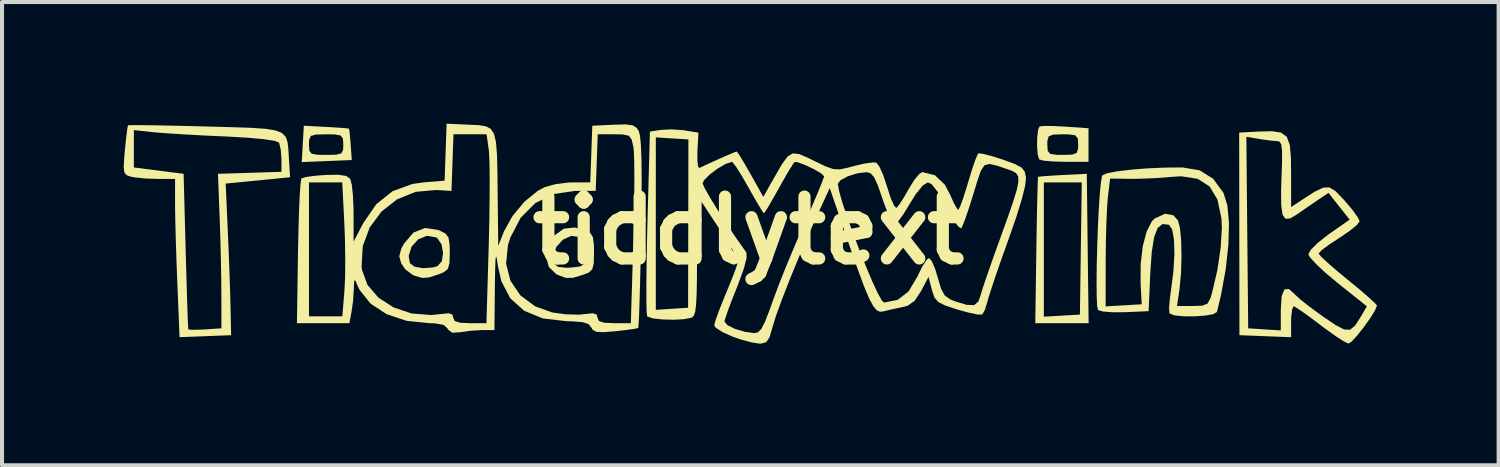
<source format=kicad_pcb>
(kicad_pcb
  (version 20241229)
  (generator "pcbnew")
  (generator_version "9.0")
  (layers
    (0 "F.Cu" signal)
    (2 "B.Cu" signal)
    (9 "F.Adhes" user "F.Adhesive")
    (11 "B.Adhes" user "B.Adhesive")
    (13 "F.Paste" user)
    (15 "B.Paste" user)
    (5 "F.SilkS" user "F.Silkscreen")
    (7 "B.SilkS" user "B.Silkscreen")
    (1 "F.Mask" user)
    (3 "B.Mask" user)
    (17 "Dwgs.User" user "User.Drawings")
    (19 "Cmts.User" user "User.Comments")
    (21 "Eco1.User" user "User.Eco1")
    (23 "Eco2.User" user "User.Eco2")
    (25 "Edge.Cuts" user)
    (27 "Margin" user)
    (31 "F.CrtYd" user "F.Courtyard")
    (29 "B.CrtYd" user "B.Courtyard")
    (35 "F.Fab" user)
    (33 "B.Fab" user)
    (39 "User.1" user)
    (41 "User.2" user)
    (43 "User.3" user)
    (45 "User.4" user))
  (footprint "tiddlytext"
    (layer "F.Cu")
    (at 15.405 2.632)
    (property "Reference" "tiddlytext" (at 0 0 0) (layer "F.SilkS") (effects (font (size 1.524 1.524) (thickness 0.3))))
    (attr board_only exclude_from_pos_files exclude_from_bom)
    (fp_poly (pts (xy 8.362 0.445) (xy 8.385 2.286) (xy 7.727 2.286) (xy 7.07 2.286) (xy 7.072 2.126) (xy 7.281 2.126) (xy 7.726 2.1) (xy 8.17 2.074) (xy 8.216 -1.185) (xy 7.281 -1.185) (xy 7.281 2.126) (xy 7.072 2.126) (xy 7.096 0.489) (xy 7.104 -0.043) (xy 7.113 -0.514) (xy 7.122 -0.899) (xy 7.13 -1.173) (xy 7.136 -1.311) (xy 7.138 -1.322) (xy 7.224 -1.333) (xy 7.435 -1.349) (xy 7.726 -1.366) (xy 7.747 -1.367) (xy 8.34 -1.397)) (stroke (width 0) (type solid)) (fill yes) (layer "F.SilkS"))
    (fp_poly (pts (xy -10.414 -2.553) (xy -10.131 -2.536) (xy -9.928 -2.521) (xy -9.85 -2.51) (xy -9.837 -2.427) (xy -9.818 -2.23) (xy -9.809 -2.117) (xy -9.782 -1.736) (xy -10.399 -1.711) (xy -11.016 -1.686) (xy -10.991 -2.117) (xy -10.837 -2.117) (xy -10.828 -1.966) (xy -10.771 -1.891) (xy -10.623 -1.866) (xy -10.414 -1.863) (xy -10.163 -1.868) (xy -10.038 -1.902) (xy -9.995 -1.991) (xy -9.991 -2.117) (xy -10 -2.267) (xy -10.057 -2.342) (xy -10.205 -2.368) (xy -10.414 -2.371) (xy -10.665 -2.365) (xy -10.79 -2.331) (xy -10.833 -2.242) (xy -10.837 -2.117) (xy -10.991 -2.117) (xy -10.99 -2.134) (xy -10.964 -2.582)) (stroke (width 0) (type solid)) (fill yes) (layer "F.SilkS"))
    (fp_poly (pts (xy 7.516 -2.575) (xy 7.811 -2.56) (xy 8.382 -2.52) (xy 8.382 -1.693) (xy 7.803 -1.693) (xy 7.505 -1.701) (xy 7.277 -1.721) (xy 7.169 -1.75) (xy 7.168 -1.75) (xy 7.131 -1.866) (xy 7.114 -2.074) (xy 7.115 -2.117) (xy 7.366 -2.117) (xy 7.377 -1.96) (xy 7.441 -1.887) (xy 7.603 -1.864) (xy 7.747 -1.863) (xy 7.981 -1.87) (xy 8.092 -1.913) (xy 8.126 -2.021) (xy 8.128 -2.117) (xy 8.117 -2.273) (xy 8.053 -2.347) (xy 7.891 -2.369) (xy 7.747 -2.371) (xy 7.513 -2.363) (xy 7.402 -2.321) (xy 7.368 -2.212) (xy 7.366 -2.117) (xy 7.115 -2.117) (xy 7.118 -2.306) (xy 7.142 -2.493) (xy 7.176 -2.565) (xy 7.287 -2.577)) (stroke (width 0) (type solid)) (fill yes) (layer "F.SilkS"))
    (fp_poly (pts (xy -4.027 -0.002) (xy -3.901 0.063) (xy -3.836 0.168) (xy -3.812 0.363) (xy -3.81 0.54) (xy -3.816 0.807) (xy -3.852 0.957) (xy -3.942 1.039) (xy -4.077 1.092) (xy -4.326 1.167) (xy -4.503 1.17) (xy -4.691 1.101) (xy -4.741 1.076) (xy -4.922 0.901) (xy -4.992 0.649) (xy -4.989 0.631) (xy -4.816 0.631) (xy -4.792 0.814) (xy -4.698 0.898) (xy -4.484 0.92) (xy -4.382 0.915) (xy -4.155 0.889) (xy -4.047 0.826) (xy -4.006 0.682) (xy -3.996 0.577) (xy -4 0.347) (xy -4.08 0.214) (xy -4.154 0.166) (xy -4.369 0.133) (xy -4.576 0.226) (xy -4.739 0.406) (xy -4.816 0.631) (xy -4.989 0.631) (xy -4.949 0.373) (xy -4.793 0.128) (xy -4.554 -0.043) (xy -4.292 -0.074)) (stroke (width 0) (type solid)) (fill yes) (layer "F.SilkS"))
    (fp_poly (pts (xy -7.65 -0.012) (xy -7.628 -0.003) (xy -7.473 0.074) (xy -7.396 0.177) (xy -7.369 0.358) (xy -7.366 0.544) (xy -7.373 0.804) (xy -7.413 0.948) (xy -7.515 1.03) (xy -7.647 1.084) (xy -7.881 1.159) (xy -8.043 1.171) (xy -8.218 1.121) (xy -8.277 1.098) (xy -8.459 0.963) (xy -8.563 0.812) (xy -8.611 0.636) (xy -8.608 0.626) (xy -8.379 0.626) (xy -8.351 0.804) (xy -8.238 0.893) (xy -8.026 0.931) (xy -7.781 0.912) (xy -7.669 0.88) (xy -7.563 0.761) (xy -7.531 0.56) (xy -7.568 0.346) (xy -7.673 0.19) (xy -7.7 0.172) (xy -7.927 0.131) (xy -8.143 0.219) (xy -8.306 0.397) (xy -8.379 0.626) (xy -8.608 0.626) (xy -8.564 0.455) (xy -8.494 0.324) (xy -8.261 0.052) (xy -7.976 -0.061)) (stroke (width 0) (type solid)) (fill yes) (layer "F.SilkS"))
    (fp_poly (pts (xy -14.981 -2.597) (xy -14.629 -2.592) (xy -14.18 -2.583) (xy -13.66 -2.571) (xy -13.393 -2.564) (xy -12.758 -2.547) (xy -12.273 -2.531) (xy -11.915 -2.507) (xy -11.666 -2.467) (xy -11.505 -2.404) (xy -11.411 -2.31) (xy -11.365 -2.177) (xy -11.345 -1.998) (xy -11.332 -1.777) (xy -11.303 -1.312) (xy -12.891 -1.156) (xy -12.838 0.036) (xy -12.816 0.542) (xy -12.797 1.057) (xy -12.781 1.524) (xy -12.771 1.883) (xy -12.771 1.905) (xy -12.757 2.582) (xy -13.392 2.607) (xy -14.028 2.631) (xy -14.083 1.294) (xy -14.103 0.776) (xy -14.12 0.263) (xy -14.132 -0.198) (xy -14.138 -0.557) (xy -14.139 -0.656) (xy -14.139 -1.27) (xy -14.584 -1.271) (xy -14.882 -1.282) (xy -15.139 -1.309) (xy -15.23 -1.326) (xy -15.334 -1.363) (xy -15.389 -1.431) (xy -15.405 -1.569) (xy -15.39 -1.817) (xy -15.376 -1.976) (xy -15.346 -2.273) (xy -15.321 -2.475) (xy -15.155 -2.475) (xy -15.155 -1.553) (xy -13.928 -1.397) (xy -13.877 0.508) (xy -13.861 1.057) (xy -13.847 1.547) (xy -13.834 1.952) (xy -13.823 2.25) (xy -13.815 2.414) (xy -13.813 2.439) (xy -13.73 2.449) (xy -13.531 2.446) (xy -13.399 2.439) (xy -12.996 2.413) (xy -12.997 1.609) (xy -13 1.19) (xy -13.01 0.673) (xy -13.024 0.128) (xy -13.039 -0.296) (xy -13.081 -1.397) (xy -12.298 -1.421) (xy -11.515 -1.446) (xy -11.516 -1.76) (xy -11.533 -1.993) (xy -11.572 -2.155) (xy -11.579 -2.169) (xy -11.69 -2.211) (xy -11.953 -2.251) (xy -12.354 -2.287) (xy -12.876 -2.317) (xy -12.954 -2.32) (xy -13.45 -2.343) (xy -13.923 -2.369) (xy -14.331 -2.395) (xy -14.631 -2.418) (xy -14.711 -2.426) (xy -15.155 -2.475) (xy -15.321 -2.475) (xy -15.319 -2.493) (xy -15.3 -2.592) (xy -15.3 -2.593) (xy -15.213 -2.597)) (stroke (width 0) (type solid)) (fill yes) (layer "F.SilkS"))
    (fp_poly (pts (xy 11.121 -1.483) (xy 11.455 -1.275) (xy 11.711 -0.925) (xy 11.806 -0.618) (xy 11.845 -0.182) (xy 11.831 0.353) (xy 11.765 0.956) (xy 11.648 1.596) (xy 11.548 2.011) (xy 11.457 2.064) (xy 11.251 2.1) (xy 10.987 2.118) (xy 10.717 2.116) (xy 10.497 2.093) (xy 10.381 2.047) (xy 10.379 2.044) (xy 10.368 1.927) (xy 10.385 1.699) (xy 10.416 1.473) (xy 10.476 1.003) (xy 10.5 0.576) (xy 10.489 0.222) (xy 10.444 -0.027) (xy 10.365 -0.141) (xy 10.206 -0.158) (xy 10.086 -0.06) (xy 10 0.166) (xy 9.941 0.534) (xy 9.906 1.04) (xy 9.864 1.99) (xy 9.279 2.015) (xy 8.975 2.017) (xy 8.737 1.998) (xy 8.617 1.962) (xy 8.616 1.962) (xy 8.598 1.872) (xy 8.805 1.872) (xy 9.25 1.846) (xy 9.694 1.82) (xy 9.666 1.298) (xy 9.668 0.825) (xy 9.72 0.388) (xy 9.816 0.025) (xy 9.945 -0.227) (xy 10.015 -0.296) (xy 10.271 -0.412) (xy 10.476 -0.374) (xy 10.588 -0.245) (xy 10.637 -0.06) (xy 10.666 0.245) (xy 10.675 0.624) (xy 10.664 1.029) (xy 10.63 1.413) (xy 10.618 1.503) (xy 10.564 1.863) (xy 10.951 1.863) (xy 11.19 1.854) (xy 11.317 1.803) (xy 11.389 1.671) (xy 11.426 1.545) (xy 11.558 0.982) (xy 11.641 0.423) (xy 11.67 -0.072) (xy 11.659 -0.3) (xy 11.561 -0.762) (xy 11.369 -1.083) (xy 11.076 -1.272) (xy 10.672 -1.336) (xy 10.397 -1.319) (xy 10.045 -1.291) (xy 9.642 -1.275) (xy 9.432 -1.273) (xy 8.915 -1.28) (xy 8.861 -0.83) (xy 8.84 -0.571) (xy 8.823 -0.192) (xy 8.811 0.257) (xy 8.806 0.724) (xy 8.806 0.745) (xy 8.805 1.872) (xy 8.598 1.872) (xy 8.595 1.856) (xy 8.584 1.614) (xy 8.581 1.268) (xy 8.585 0.851) (xy 8.597 0.394) (xy 8.613 -0.069) (xy 8.634 -0.506) (xy 8.659 -0.885) (xy 8.686 -1.173) (xy 8.714 -1.338) (xy 8.722 -1.358) (xy 8.832 -1.408) (xy 9.077 -1.456) (xy 9.421 -1.498) (xy 9.83 -1.531) (xy 10.268 -1.55) (xy 10.695 -1.554)) (stroke (width 0) (type solid)) (fill yes) (layer "F.SilkS"))
    (fp_poly (pts (xy 13.131 -2.412) (xy 13.271 -2.308) (xy 13.345 -2.108) (xy 13.373 -1.786) (xy 13.377 -1.428) (xy 13.377 -0.576) (xy 13.652 -0.758) (xy 13.958 -0.955) (xy 14.167 -1.056) (xy 14.324 -1.061) (xy 14.473 -0.968) (xy 14.659 -0.777) (xy 14.701 -0.73) (xy 14.891 -0.506) (xy 15.023 -0.322) (xy 15.067 -0.225) (xy 14.998 -0.134) (xy 14.82 0.011) (xy 14.572 0.18) (xy 14.559 0.188) (xy 14.309 0.352) (xy 14.129 0.488) (xy 14.055 0.567) (xy 14.055 0.569) (xy 14.117 0.646) (xy 14.285 0.803) (xy 14.532 1.016) (xy 14.774 1.216) (xy 15.066 1.455) (xy 15.3 1.658) (xy 15.451 1.799) (xy 15.494 1.852) (xy 15.446 1.971) (xy 15.326 2.165) (xy 15.166 2.389) (xy 15 2.597) (xy 14.863 2.745) (xy 14.793 2.789) (xy 14.683 2.738) (xy 14.477 2.606) (xy 14.213 2.417) (xy 14.097 2.329) (xy 13.825 2.125) (xy 13.603 1.967) (xy 13.465 1.879) (xy 13.441 1.868) (xy 13.403 1.941) (xy 13.38 2.13) (xy 13.377 2.247) (xy 13.377 2.632) (xy 12.74 2.607) (xy 12.103 2.582) (xy 12.1 0.085) (xy 12.097 -2.309) (xy 12.274 -2.309) (xy 12.296 0.052) (xy 12.319 2.413) (xy 12.721 2.439) (xy 13.123 2.465) (xy 13.123 1.952) (xy 13.145 1.621) (xy 13.212 1.452) (xy 13.325 1.444) (xy 13.472 1.578) (xy 13.593 1.691) (xy 13.813 1.865) (xy 14.09 2.07) (xy 14.173 2.129) (xy 14.479 2.336) (xy 14.686 2.442) (xy 14.831 2.447) (xy 14.951 2.349) (xy 15.081 2.15) (xy 15.094 2.127) (xy 15.245 1.87) (xy 14.524 1.295) (xy 14.23 1.049) (xy 13.994 0.828) (xy 13.842 0.661) (xy 13.802 0.584) (xy 13.866 0.472) (xy 14.038 0.303) (xy 14.281 0.111) (xy 14.31 0.09) (xy 14.82 -0.267) (xy 14.559 -0.597) (xy 14.298 -0.927) (xy 14.019 -0.739) (xy 13.77 -0.569) (xy 13.538 -0.408) (xy 13.52 -0.395) (xy 13.353 -0.296) (xy 13.238 -0.288) (xy 13.167 -0.386) (xy 13.134 -0.609) (xy 13.13 -0.972) (xy 13.14 -1.281) (xy 13.154 -1.69) (xy 13.154 -1.959) (xy 13.136 -2.115) (xy 13.098 -2.186) (xy 13.045 -2.202) (xy 12.876 -2.216) (xy 12.633 -2.249) (xy 12.593 -2.256) (xy 12.274 -2.309) (xy 12.097 -2.309) (xy 12.097 -2.413) (xy 12.565 -2.438) (xy 12.902 -2.447)) (stroke (width 0) (type solid)) (fill yes) (layer "F.SilkS"))
    (fp_poly (pts (xy -6.879 -2.607) (xy -6.649 -2.596) (xy -6.478 -2.569) (xy -6.356 -2.506) (xy -6.276 -2.383) (xy -6.227 -2.179) (xy -6.202 -1.871) (xy -6.191 -1.437) (xy -6.185 -0.889) (xy -6.171 0.381) (xy -6.028 0.02) (xy -5.819 -0.357) (xy -5.525 -0.709) (xy -5.194 -0.979) (xy -5.022 -1.07) (xy -4.766 -1.14) (xy -4.447 -1.181) (xy -4.324 -1.185) (xy -3.902 -1.185) (xy -3.852 -2.582) (xy -3.328 -2.607) (xy -3.032 -2.615) (xy -2.858 -2.593) (xy -2.759 -2.53) (xy -2.706 -2.45) (xy -2.675 -2.329) (xy -2.653 -2.094) (xy -2.639 -1.733) (xy -2.635 -1.236) (xy -2.639 -0.59) (xy -2.648 0.055) (xy -2.659 0.664) (xy -2.672 1.215) (xy -2.685 1.687) (xy -2.697 2.057) (xy -2.709 2.303) (xy -2.719 2.403) (xy -2.72 2.404) (xy -2.814 2.426) (xy -3.029 2.456) (xy -3.284 2.485) (xy -3.582 2.508) (xy -3.755 2.498) (xy -3.844 2.448) (xy -3.877 2.391) (xy -3.946 2.307) (xy -4.094 2.26) (xy -4.359 2.24) (xy -4.487 2.237) (xy -5.068 2.17) (xy -5.53 1.981) (xy -5.873 1.674) (xy -6.096 1.248) (xy -6.181 0.866) (xy -6.188 0.818) (xy -5.977 0.818) (xy -5.871 1.238) (xy -5.628 1.597) (xy -5.265 1.869) (xy -4.842 2.021) (xy -4.512 2.067) (xy -4.186 2.076) (xy -4.059 2.064) (xy -3.841 2.041) (xy -3.744 2.074) (xy -3.725 2.148) (xy -3.688 2.234) (xy -3.552 2.276) (xy -3.313 2.286) (xy -2.902 2.286) (xy -2.84 0.273) (xy -2.825 -0.313) (xy -2.817 -0.859) (xy -2.815 -1.337) (xy -2.819 -1.719) (xy -2.829 -1.976) (xy -2.838 -2.055) (xy -2.882 -2.244) (xy -2.954 -2.337) (xy -3.104 -2.368) (xy -3.308 -2.371) (xy -3.718 -2.371) (xy -3.743 -1.674) (xy -3.768 -0.977) (xy -4.282 -0.975) (xy -4.81 -0.898) (xy -5.259 -0.674) (xy -5.617 -0.315) (xy -5.871 0.172) (xy -5.931 0.361) (xy -5.977 0.818) (xy -6.188 0.818) (xy -6.207 0.691) (xy -6.225 0.638) (xy -6.238 0.718) (xy -6.247 0.941) (xy -6.253 1.321) (xy -6.254 1.418) (xy -6.265 2.455) (xy -6.551 2.455) (xy -6.845 2.472) (xy -7.1 2.508) (xy -7.305 2.522) (xy -7.405 2.447) (xy -7.416 2.423) (xy -7.511 2.331) (xy -7.723 2.29) (xy -7.868 2.286) (xy -8.433 2.228) (xy -8.926 2.062) (xy -9.321 1.803) (xy -9.591 1.464) (xy -9.642 1.355) (xy -9.697 1.229) (xy -9.722 1.24) (xy -9.73 1.403) (xy -9.731 1.45) (xy -9.751 1.746) (xy -9.79 2.021) (xy -9.842 2.286) (xy -10.488 2.286) (xy -11.134 2.286) (xy -11.131 2.117) (xy -10.837 2.117) (xy -10.015 2.117) (xy -9.964 1.503) (xy -9.947 1.162) (xy -9.944 0.887) (xy -9.54 0.887) (xy -9.529 0.974) (xy -9.394 1.343) (xy -9.124 1.657) (xy -8.752 1.897) (xy -8.31 2.046) (xy -7.829 2.085) (xy -7.615 2.064) (xy -7.397 2.041) (xy -7.3 2.074) (xy -7.281 2.148) (xy -7.244 2.234) (xy -7.107 2.276) (xy -6.871 2.286) (xy -6.462 2.286) (xy -6.405 0.353) (xy -6.391 -0.228) (xy -6.384 -0.776) (xy -6.382 -1.259) (xy -6.386 -1.647) (xy -6.397 -1.909) (xy -6.403 -1.975) (xy -6.458 -2.371) (xy -7.274 -2.371) (xy -7.324 -0.974) (xy -7.695 -0.998) (xy -8.204 -0.953) (xy -8.664 -0.768) (xy -9.05 -0.466) (xy -9.34 -0.074) (xy -9.511 0.386) (xy -9.54 0.887) (xy -9.944 0.887) (xy -9.943 0.716) (xy -9.95 0.228) (xy -9.964 -0.148) (xy -10.017 -1.185) (xy -10.837 -1.185) (xy -10.837 2.117) (xy -11.131 2.117) (xy -11.108 0.529) (xy -11.097 0.000158) (xy -11.083 -0.471) (xy -11.066 -0.857) (xy -11.047 -1.133) (xy -11.028 -1.273) (xy -11.023 -1.284) (xy -10.913 -1.317) (xy -10.687 -1.349) (xy -10.432 -1.368) (xy -10.11 -1.374) (xy -9.919 -1.344) (xy -9.822 -1.274) (xy -9.82 -1.27) (xy -9.782 -1.13) (xy -9.754 -0.87) (xy -9.739 -0.538) (xy -9.738 -0.435) (xy -9.737 0.273) (xy -9.5 -0.179) (xy -9.179 -0.647) (xy -8.777 -0.968) (xy -8.285 -1.147) (xy -8.015 -1.185) (xy -7.493 -1.228) (xy -7.444 -2.632)) (stroke (width 0) (type solid)) (fill yes) (layer "F.SilkS"))
    (fp_poly (pts (xy -1.604 -2.472) (xy -1.57 -2.466) (xy -1.235 -2.411) (xy -1.259 -1.958) (xy -1.261 -1.715) (xy -1.24 -1.565) (xy -1.213 -1.54) (xy -1.011 -1.635) (xy -0.767 -1.746) (xy -0.532 -1.85) (xy -0.357 -1.924) (xy -0.293 -1.947) (xy -0.24 -1.879) (xy -0.128 -1.698) (xy 0.02 -1.442) (xy 0.051 -1.388) (xy 0.364 -0.828) (xy 0.636 -1.309) (xy 0.822 -1.631) (xy 0.962 -1.823) (xy 1.093 -1.901) (xy 1.255 -1.882) (xy 1.486 -1.781) (xy 1.616 -1.716) (xy 1.896 -1.582) (xy 2.087 -1.514) (xy 2.251 -1.506) (xy 2.453 -1.548) (xy 2.589 -1.586) (xy 2.859 -1.65) (xy 3.071 -1.678) (xy 3.15 -1.672) (xy 3.227 -1.574) (xy 3.323 -1.358) (xy 3.418 -1.071) (xy 3.418 -1.07) (xy 3.506 -0.799) (xy 3.587 -0.614) (xy 3.645 -0.553) (xy 3.647 -0.554) (xy 3.724 -0.648) (xy 3.847 -0.843) (xy 3.947 -1.019) (xy 4.089 -1.249) (xy 4.218 -1.401) (xy 4.284 -1.439) (xy 4.595 -1.362) (xy 4.839 -1.13) (xy 4.963 -0.896) (xy 5.064 -0.673) (xy 5.143 -0.533) (xy 5.17 -0.508) (xy 5.214 -0.584) (xy 5.288 -0.784) (xy 5.38 -1.072) (xy 5.414 -1.187) (xy 5.51 -1.503) (xy 5.595 -1.749) (xy 5.655 -1.887) (xy 5.666 -1.901) (xy 5.768 -1.893) (xy 5.984 -1.838) (xy 6.265 -1.749) (xy 6.269 -1.748) (xy 6.561 -1.641) (xy 6.729 -1.552) (xy 6.809 -1.453) (xy 6.84 -1.314) (xy 6.841 -1.298) (xy 6.821 -1.106) (xy 6.74 -0.78) (xy 6.606 -0.344) (xy 6.424 0.181) (xy 6.407 0.228) (xy 6.244 0.682) (xy 6.099 1.1) (xy 5.983 1.447) (xy 5.907 1.688) (xy 5.888 1.761) (xy 5.827 1.96) (xy 5.762 2.071) (xy 5.759 2.073) (xy 5.648 2.072) (xy 5.426 2.026) (xy 5.146 1.948) (xy 4.853 1.852) (xy 4.681 1.766) (xy 4.587 1.659) (xy 4.529 1.496) (xy 4.52 1.462) (xy 4.438 1.143) (xy 4.255 1.491) (xy 4.099 1.731) (xy 3.926 1.854) (xy 3.793 1.89) (xy 3.535 1.943) (xy 3.324 1.996) (xy 3.239 2.004) (xy 3.158 1.966) (xy 3.073 1.862) (xy 2.974 1.677) (xy 2.854 1.393) (xy 2.705 0.992) (xy 2.517 0.456) (xy 2.391 0.091) (xy 2.002 -1.046) (xy 1.713 -0.417) (xy 1.466 0.134) (xy 1.225 0.698) (xy 1.003 1.24) (xy 0.814 1.727) (xy 0.67 2.126) (xy 0.589 2.392) (xy 0.517 2.636) (xy 0.437 2.754) (xy 0.317 2.789) (xy 0.265 2.79) (xy 0.06 2.757) (xy -0.223 2.678) (xy -0.402 2.614) (xy -0.645 2.504) (xy -0.806 2.399) (xy -0.847 2.341) (xy -0.815 2.221) (xy -0.732 1.988) (xy -0.611 1.682) (xy -0.55 1.536) (xy -0.419 1.215) (xy -0.317 0.95) (xy -0.261 0.782) (xy -0.254 0.75) (xy -0.298 0.648) (xy -0.418 0.44) (xy -0.593 0.156) (xy -0.762 -0.105) (xy -1.27 -0.876) (xy -1.27 0.611) (xy -1.272 1.155) (xy -1.279 1.554) (xy -1.293 1.829) (xy -1.315 2.004) (xy -1.349 2.102) (xy -1.396 2.147) (xy -1.404 2.15) (xy -1.588 2.187) (xy -1.847 2.201) (xy -2.122 2.194) (xy -2.355 2.168) (xy -2.49 2.124) (xy -2.499 2.114) (xy -2.512 2.009) (xy -2.518 1.758) (xy -2.519 1.384) (xy -2.515 0.911) (xy -2.506 0.361) (xy -2.492 -0.205) (xy -2.435 -2.295) (xy -2.286 -2.295) (xy -2.286 1.957) (xy -1.888 1.931) (xy -1.49 1.905) (xy -1.486 -0.169) (xy -1.484 -1.162) (xy -1.132 -1.162) (xy -1.082 -1.043) (xy -0.954 -0.818) (xy -0.769 -0.516) (xy -0.546 -0.171) (xy -0.304 0.188) (xy -0.065 0.527) (xy -0.053 0.544) (xy -0.047 0.677) (xy -0.116 0.942) (xy -0.254 1.322) (xy -0.285 1.4) (xy -0.418 1.735) (xy -0.522 2.015) (xy -0.583 2.201) (xy -0.593 2.25) (xy -0.518 2.337) (xy -0.331 2.427) (xy -0.088 2.499) (xy 0.138 2.531) (xy 0.23 2.513) (xy 0.313 2.431) (xy 0.404 2.256) (xy 0.519 1.96) (xy 0.591 1.757) (xy 0.733 1.373) (xy 0.923 0.895) (xy 1.137 0.381) (xy 1.35 -0.109) (xy 1.363 -0.139) (xy 1.541 -0.543) (xy 1.692 -0.893) (xy 1.797 -1.151) (xy 2.201 -1.151) (xy 2.231 -0.979) (xy 2.31 -0.699) (xy 2.428 -0.342) (xy 2.574 0.063) (xy 2.734 0.484) (xy 2.897 0.892) (xy 3.051 1.255) (xy 3.185 1.544) (xy 3.287 1.727) (xy 3.338 1.778) (xy 3.677 1.711) (xy 3.946 1.503) (xy 4.16 1.142) (xy 4.162 1.139) (xy 4.282 0.893) (xy 4.39 0.726) (xy 4.449 0.679) (xy 4.517 0.753) (xy 4.6 0.947) (xy 4.664 1.157) (xy 4.747 1.437) (xy 4.836 1.6) (xy 4.967 1.696) (xy 5.083 1.744) (xy 5.381 1.835) (xy 5.564 1.84) (xy 5.667 1.752) (xy 5.711 1.63) (xy 5.76 1.467) (xy 5.855 1.182) (xy 5.984 0.81) (xy 6.134 0.388) (xy 6.185 0.249) (xy 6.382 -0.298) (xy 6.524 -0.708) (xy 6.614 -1.003) (xy 6.654 -1.204) (xy 6.647 -1.334) (xy 6.597 -1.414) (xy 6.505 -1.466) (xy 6.42 -1.497) (xy 6.132 -1.596) (xy 5.943 -1.64) (xy 5.819 -1.608) (xy 5.73 -1.478) (xy 5.643 -1.227) (xy 5.548 -0.912) (xy 5.439 -0.566) (xy 5.342 -0.282) (xy 5.269 -0.098) (xy 5.244 -0.053) (xy 5.179 -0.088) (xy 5.063 -0.245) (xy 4.919 -0.494) (xy 4.874 -0.582) (xy 4.672 -0.943) (xy 4.512 -1.142) (xy 4.423 -1.185) (xy 4.295 -1.109) (xy 4.124 -0.896) (xy 3.979 -0.664) (xy 3.822 -0.406) (xy 3.686 -0.218) (xy 3.601 -0.14) (xy 3.598 -0.139) (xy 3.535 -0.212) (xy 3.44 -0.409) (xy 3.333 -0.692) (xy 3.302 -0.785) (xy 3.186 -1.118) (xy 3.093 -1.317) (xy 3.004 -1.413) (xy 2.912 -1.437) (xy 2.682 -1.409) (xy 2.448 -1.336) (xy 2.269 -1.24) (xy 2.201 -1.151) (xy 1.797 -1.151) (xy 1.801 -1.16) (xy 1.858 -1.314) (xy 1.863 -1.337) (xy 1.793 -1.406) (xy 1.625 -1.505) (xy 1.418 -1.605) (xy 1.23 -1.676) (xy 1.143 -1.693) (xy 1.088 -1.624) (xy 0.974 -1.44) (xy 0.822 -1.176) (xy 0.757 -1.058) (xy 0.596 -0.772) (xy 0.467 -0.552) (xy 0.391 -0.434) (xy 0.379 -0.423) (xy 0.328 -0.492) (xy 0.217 -0.676) (xy 0.066 -0.94) (xy 0 -1.058) (xy -0.165 -1.345) (xy -0.303 -1.564) (xy -0.392 -1.681) (xy -0.408 -1.692) (xy -0.563 -1.642) (xy -0.765 -1.523) (xy -0.962 -1.375) (xy -1.099 -1.236) (xy -1.132 -1.162) (xy -1.484 -1.162) (xy -1.482 -2.244) (xy -1.884 -2.269) (xy -2.286 -2.295) (xy -2.435 -2.295) (xy -2.431 -2.437) (xy -2.168 -2.479) (xy -1.903 -2.493)) (stroke (width 0) (type solid)) (fill yes) (layer "F.SilkS")))
  (gr_rect
    (start -3 -3)
    (end 33.899 8.422)
    (stroke (width 0.1) (type default))
    (fill no)
    (layer "Edge.Cuts")))
</source>
